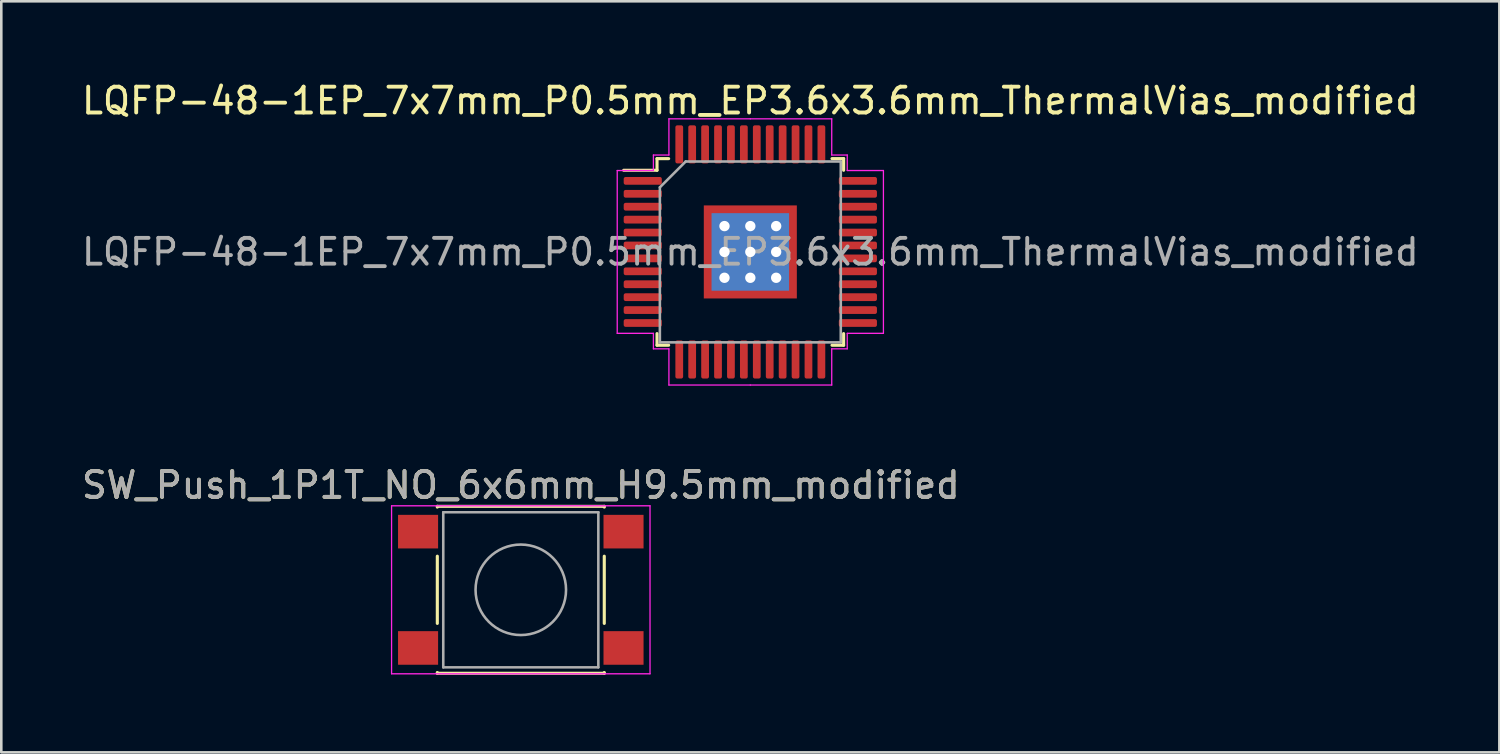
<source format=kicad_pcb>
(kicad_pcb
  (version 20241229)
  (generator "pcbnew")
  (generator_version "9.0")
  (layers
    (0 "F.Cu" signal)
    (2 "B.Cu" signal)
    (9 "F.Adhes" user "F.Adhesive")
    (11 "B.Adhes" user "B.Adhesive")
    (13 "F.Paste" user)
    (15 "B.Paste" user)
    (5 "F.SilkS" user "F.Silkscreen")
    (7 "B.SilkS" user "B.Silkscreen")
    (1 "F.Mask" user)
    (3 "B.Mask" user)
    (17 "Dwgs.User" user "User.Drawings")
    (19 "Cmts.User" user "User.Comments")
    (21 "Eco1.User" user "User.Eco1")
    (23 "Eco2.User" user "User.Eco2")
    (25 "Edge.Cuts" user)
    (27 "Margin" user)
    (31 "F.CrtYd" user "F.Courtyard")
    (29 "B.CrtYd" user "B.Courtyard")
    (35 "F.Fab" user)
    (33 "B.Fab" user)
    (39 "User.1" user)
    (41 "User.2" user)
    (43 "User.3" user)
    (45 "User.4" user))
  (footprint "SW_Push_1P1T_NO_6x6mm_H9.5mm_modified"
    (layer "F.Cu")
    (at 17.101 19.771)
    (property "Reference" "SW_Push_1P1T_NO_6x6mm_H9.5mm_modified" (at 0 -4.05 0) (layer "F.SilkS") (effects (font (size 1 1) (thickness 0.15))))
    (attr smd)
    (fp_line (start -3.23 -3.23) (end 3.23 -3.23) (stroke (width 0.12) (type solid)) (layer "F.SilkS"))
    (fp_line (start -3.23 -3.2) (end -3.23 -3.23) (stroke (width 0.12) (type solid)) (layer "F.SilkS"))
    (fp_line (start -3.23 -1.3) (end -3.23 1.3) (stroke (width 0.12) (type solid)) (layer "F.SilkS"))
    (fp_line (start -3.23 3.23) (end -3.23 3.2) (stroke (width 0.12) (type solid)) (layer "F.SilkS"))
    (fp_line (start -3.23 3.23) (end 3.23 3.23) (stroke (width 0.12) (type solid)) (layer "F.SilkS"))
    (fp_line (start 3.23 -3.23) (end 3.23 -3.2) (stroke (width 0.12) (type solid)) (layer "F.SilkS"))
    (fp_line (start 3.23 -1.3) (end 3.23 1.3) (stroke (width 0.12) (type solid)) (layer "F.SilkS"))
    (fp_line (start 3.23 3.23) (end 3.23 3.2) (stroke (width 0.12) (type solid)) (layer "F.SilkS"))
    (fp_line (start -5 -3.25) (end -5 3.25) (stroke (width 0.05) (type solid)) (layer "F.CrtYd"))
    (fp_line (start -5 -3.25) (end 5 -3.25) (stroke (width 0.05) (type solid)) (layer "F.CrtYd"))
    (fp_line (start -5 3.25) (end 5 3.25) (stroke (width 0.05) (type solid)) (layer "F.CrtYd"))
    (fp_line (start 5 3.25) (end 5 -3.25) (stroke (width 0.05) (type solid)) (layer "F.CrtYd"))
    (fp_line (start -3 -3) (end -3 3) (stroke (width 0.1) (type solid)) (layer "F.Fab"))
    (fp_line (start -3 3) (end 3 3) (stroke (width 0.1) (type solid)) (layer "F.Fab"))
    (fp_line (start 3 -3) (end -3 -3) (stroke (width 0.1) (type solid)) (layer "F.Fab"))
    (fp_line (start 3 3) (end 3 -3) (stroke (width 0.1) (type solid)) (layer "F.Fab"))
    (fp_circle (center 0 0) (end 1.75 -0.05) (stroke (width 0.1) (type solid)) (fill no) (layer "F.Fab"))
    (fp_text user "${REFERENCE}" (at 0 -4.05 0) (layer "F.Fab") (effects (font (size 1 1) (thickness 0.15))))
    (pad "1" smd rect (at -3.975 -2.25) (size 1.55 1.3) (layers "F.Cu" "F.Mask" "F.Paste"))
    (pad "2" smd rect (at 3.975 -2.25) (size 1.55 1.3) (layers "F.Cu" "F.Mask" "F.Paste"))
    (pad "3" smd rect (at -3.975 2.25) (size 1.55 1.3) (layers "F.Cu" "F.Mask" "F.Paste"))
    (pad "4" smd rect (at 3.975 2.25) (size 1.55 1.3) (layers "F.Cu" "F.Mask" "F.Paste")))
  (footprint "LQFP-48-1EP_7x7mm_P0.5mm_EP3.6x3.6mm_ThermalVias_modified"
    (layer "F.Cu")
    (at 25.982 6.698)
    (property "Reference" "LQFP-48-1EP_7x7mm_P0.5mm_EP3.6x3.6mm_ThermalVias_modified" (at 0 -5.85 0) (layer "F.SilkS") (effects (font (size 1 1) (thickness 0.15))))
    (attr smd)
    (fp_line (start -3.61 -3.61) (end -3.61 -3.16) (stroke (width 0.12) (type solid)) (layer "F.SilkS"))
    (fp_line (start -3.61 -3.16) (end -4.9 -3.16) (stroke (width 0.12) (type solid)) (layer "F.SilkS"))
    (fp_line (start -3.61 3.61) (end -3.61 3.16) (stroke (width 0.12) (type solid)) (layer "F.SilkS"))
    (fp_line (start -3.16 -3.61) (end -3.61 -3.61) (stroke (width 0.12) (type solid)) (layer "F.SilkS"))
    (fp_line (start -3.16 3.61) (end -3.61 3.61) (stroke (width 0.12) (type solid)) (layer "F.SilkS"))
    (fp_line (start 3.16 -3.61) (end 3.61 -3.61) (stroke (width 0.12) (type solid)) (layer "F.SilkS"))
    (fp_line (start 3.16 3.61) (end 3.61 3.61) (stroke (width 0.12) (type solid)) (layer "F.SilkS"))
    (fp_line (start 3.61 -3.61) (end 3.61 -3.16) (stroke (width 0.12) (type solid)) (layer "F.SilkS"))
    (fp_line (start 3.61 3.61) (end 3.61 3.16) (stroke (width 0.12) (type solid)) (layer "F.SilkS"))
    (fp_line (start -5.15 -3.15) (end -5.15 0) (stroke (width 0.05) (type solid)) (layer "F.CrtYd"))
    (fp_line (start -5.15 3.15) (end -5.15 0) (stroke (width 0.05) (type solid)) (layer "F.CrtYd"))
    (fp_line (start -3.75 -3.75) (end -3.75 -3.15) (stroke (width 0.05) (type solid)) (layer "F.CrtYd"))
    (fp_line (start -3.75 -3.15) (end -5.15 -3.15) (stroke (width 0.05) (type solid)) (layer "F.CrtYd"))
    (fp_line (start -3.75 3.15) (end -5.15 3.15) (stroke (width 0.05) (type solid)) (layer "F.CrtYd"))
    (fp_line (start -3.75 3.75) (end -3.75 3.15) (stroke (width 0.05) (type solid)) (layer "F.CrtYd"))
    (fp_line (start -3.15 -5.15) (end -3.15 -3.75) (stroke (width 0.05) (type solid)) (layer "F.CrtYd"))
    (fp_line (start -3.15 -3.75) (end -3.75 -3.75) (stroke (width 0.05) (type solid)) (layer "F.CrtYd"))
    (fp_line (start -3.15 3.75) (end -3.75 3.75) (stroke (width 0.05) (type solid)) (layer "F.CrtYd"))
    (fp_line (start -3.15 5.15) (end -3.15 3.75) (stroke (width 0.05) (type solid)) (layer "F.CrtYd"))
    (fp_line (start 0 -5.15) (end -3.15 -5.15) (stroke (width 0.05) (type solid)) (layer "F.CrtYd"))
    (fp_line (start 0 -5.15) (end 3.15 -5.15) (stroke (width 0.05) (type solid)) (layer "F.CrtYd"))
    (fp_line (start 0 5.15) (end -3.15 5.15) (stroke (width 0.05) (type solid)) (layer "F.CrtYd"))
    (fp_line (start 0 5.15) (end 3.15 5.15) (stroke (width 0.05) (type solid)) (layer "F.CrtYd"))
    (fp_line (start 3.15 -5.15) (end 3.15 -3.75) (stroke (width 0.05) (type solid)) (layer "F.CrtYd"))
    (fp_line (start 3.15 -3.75) (end 3.75 -3.75) (stroke (width 0.05) (type solid)) (layer "F.CrtYd"))
    (fp_line (start 3.15 3.75) (end 3.75 3.75) (stroke (width 0.05) (type solid)) (layer "F.CrtYd"))
    (fp_line (start 3.15 5.15) (end 3.15 3.75) (stroke (width 0.05) (type solid)) (layer "F.CrtYd"))
    (fp_line (start 3.75 -3.75) (end 3.75 -3.15) (stroke (width 0.05) (type solid)) (layer "F.CrtYd"))
    (fp_line (start 3.75 -3.15) (end 5.15 -3.15) (stroke (width 0.05) (type solid)) (layer "F.CrtYd"))
    (fp_line (start 3.75 3.15) (end 5.15 3.15) (stroke (width 0.05) (type solid)) (layer "F.CrtYd"))
    (fp_line (start 3.75 3.75) (end 3.75 3.15) (stroke (width 0.05) (type solid)) (layer "F.CrtYd"))
    (fp_line (start 5.15 -3.15) (end 5.15 0) (stroke (width 0.05) (type solid)) (layer "F.CrtYd"))
    (fp_line (start 5.15 3.15) (end 5.15 0) (stroke (width 0.05) (type solid)) (layer "F.CrtYd"))
    (fp_line (start -3.5 -2.5) (end -2.5 -3.5) (stroke (width 0.1) (type solid)) (layer "F.Fab"))
    (fp_line (start -3.5 3.5) (end -3.5 -2.5) (stroke (width 0.1) (type solid)) (layer "F.Fab"))
    (fp_line (start -2.5 -3.5) (end 3.5 -3.5) (stroke (width 0.1) (type solid)) (layer "F.Fab"))
    (fp_line (start 3.5 -3.5) (end 3.5 3.5) (stroke (width 0.1) (type solid)) (layer "F.Fab"))
    (fp_line (start 3.5 3.5) (end -3.5 3.5) (stroke (width 0.1) (type solid)) (layer "F.Fab"))
    (fp_text user "${REFERENCE}" (at 0 0 0) (layer "F.Fab") (effects (font (size 1 1) (thickness 0.15))))
    (pad "" smd custom (at -1.4 -1.4) (size 0.555 0.555) (layers "F.Paste") (options (anchor circle)) (primitives (gr_poly (pts (xy 0.232 0.157) (xy 0.157 0.232) (xy -0.232 0.232) (xy -0.232 -0.232) (xy 0.232 -0.232)) (width 0.181) (fill yes))))
    (pad "" smd custom (at -1.4 -0.5) (size 0.568 0.568) (layers "F.Paste") (options (anchor circle)) (primitives (gr_poly (pts (xy 0.246 -0.263) (xy 0.246 0.263) (xy 0.182 0.326) (xy -0.246 0.326) (xy -0.246 -0.326) (xy 0.182 -0.326)) (width 0.153) (fill yes))))
    (pad "" smd custom (at -1.4 0.5) (size 0.568 0.568) (layers "F.Paste") (options (anchor circle)) (primitives (gr_poly (pts (xy 0.246 -0.263) (xy 0.246 0.263) (xy 0.182 0.326) (xy -0.246 0.326) (xy -0.246 -0.326) (xy 0.182 -0.326)) (width 0.153) (fill yes))))
    (pad "" smd custom (at -1.4 1.4) (size 0.555 0.555) (layers "F.Paste") (options (anchor circle)) (primitives (gr_poly (pts (xy 0.232 -0.157) (xy 0.232 0.232) (xy -0.232 0.232) (xy -0.232 -0.232) (xy 0.157 -0.232)) (width 0.181) (fill yes))))
    (pad "" smd custom (at -0.5 -1.4) (size 0.568 0.568) (layers "F.Paste") (options (anchor circle)) (primitives (gr_poly (pts (xy 0.326 0.182) (xy 0.263 0.246) (xy -0.263 0.246) (xy -0.326 0.182) (xy -0.326 -0.246) (xy 0.326 -0.246)) (width 0.153) (fill yes))))
    (pad "" smd roundrect (at -0.5 -0.5) (size 0.806 0.806) (layers "F.Paste") (roundrect_rratio 0.25))
    (pad "" smd roundrect (at -0.5 0.5) (size 0.806 0.806) (layers "F.Paste") (roundrect_rratio 0.25))
    (pad "" smd custom (at -0.5 1.4) (size 0.568 0.568) (layers "F.Paste") (options (anchor circle)) (primitives (gr_poly (pts (xy 0.326 -0.182) (xy 0.326 0.246) (xy -0.326 0.246) (xy -0.326 -0.182) (xy -0.263 -0.246) (xy 0.263 -0.246)) (width 0.153) (fill yes))))
    (pad "" smd custom (at 0.5 -1.4) (size 0.568 0.568) (layers "F.Paste") (options (anchor circle)) (primitives (gr_poly (pts (xy 0.326 0.182) (xy 0.263 0.246) (xy -0.263 0.246) (xy -0.326 0.182) (xy -0.326 -0.246) (xy 0.326 -0.246)) (width 0.153) (fill yes))))
    (pad "" smd roundrect (at 0.5 -0.5) (size 0.806 0.806) (layers "F.Paste") (roundrect_rratio 0.25))
    (pad "" smd roundrect (at 0.5 0.5) (size 0.806 0.806) (layers "F.Paste") (roundrect_rratio 0.25))
    (pad "" smd custom (at 0.5 1.4) (size 0.568 0.568) (layers "F.Paste") (options (anchor circle)) (primitives (gr_poly (pts (xy 0.326 -0.182) (xy 0.326 0.246) (xy -0.326 0.246) (xy -0.326 -0.182) (xy -0.263 -0.246) (xy 0.263 -0.246)) (width 0.153) (fill yes))))
    (pad "" smd custom (at 1.4 -1.4) (size 0.555 0.555) (layers "F.Paste") (options (anchor circle)) (primitives (gr_poly (pts (xy 0.232 0.232) (xy -0.157 0.232) (xy -0.232 0.157) (xy -0.232 -0.232) (xy 0.232 -0.232)) (width 0.181) (fill yes))))
    (pad "" smd custom (at 1.4 -0.5) (size 0.568 0.568) (layers "F.Paste") (options (anchor circle)) (primitives (gr_poly (pts (xy 0.246 0.326) (xy -0.182 0.326) (xy -0.246 0.263) (xy -0.246 -0.263) (xy -0.182 -0.326) (xy 0.246 -0.326)) (width 0.153) (fill yes))))
    (pad "" smd custom (at 1.4 0.5) (size 0.568 0.568) (layers "F.Paste") (options (anchor circle)) (primitives (gr_poly (pts (xy 0.246 0.326) (xy -0.182 0.326) (xy -0.246 0.263) (xy -0.246 -0.263) (xy -0.182 -0.326) (xy 0.246 -0.326)) (width 0.153) (fill yes))))
    (pad "" smd custom (at 1.4 1.4) (size 0.555 0.555) (layers "F.Paste") (options (anchor circle)) (primitives (gr_poly (pts (xy 0.232 0.232) (xy -0.232 0.232) (xy -0.232 -0.157) (xy -0.157 -0.232) (xy 0.232 -0.232)) (width 0.181) (fill yes))))
    (pad "1" smd roundrect (at -4.162 -2.75) (size 1.475 0.3) (layers "F.Cu" "F.Mask" "F.Paste") (roundrect_rratio 0.25))
    (pad "2" smd roundrect (at -4.162 -2.25) (size 1.475 0.3) (layers "F.Cu" "F.Mask" "F.Paste") (roundrect_rratio 0.25))
    (pad "3" smd roundrect (at -4.162 -1.75) (size 1.475 0.3) (layers "F.Cu" "F.Mask" "F.Paste") (roundrect_rratio 0.25))
    (pad "4" smd roundrect (at -4.162 -1.25) (size 1.475 0.3) (layers "F.Cu" "F.Mask" "F.Paste") (roundrect_rratio 0.25))
    (pad "5" smd roundrect (at -4.162 -0.75) (size 1.475 0.3) (layers "F.Cu" "F.Mask" "F.Paste") (roundrect_rratio 0.25))
    (pad "6" smd roundrect (at -4.162 -0.25) (size 1.475 0.3) (layers "F.Cu" "F.Mask" "F.Paste") (roundrect_rratio 0.25))
    (pad "7" smd roundrect (at -4.162 0.25) (size 1.475 0.3) (layers "F.Cu" "F.Mask" "F.Paste") (roundrect_rratio 0.25))
    (pad "8" smd roundrect (at -4.162 0.75) (size 1.475 0.3) (layers "F.Cu" "F.Mask" "F.Paste") (roundrect_rratio 0.25))
    (pad "9" smd roundrect (at -4.162 1.25) (size 1.475 0.3) (layers "F.Cu" "F.Mask" "F.Paste") (roundrect_rratio 0.25))
    (pad "10" smd roundrect (at -4.162 1.75) (size 1.475 0.3) (layers "F.Cu" "F.Mask" "F.Paste") (roundrect_rratio 0.25))
    (pad "11" smd roundrect (at -4.162 2.25) (size 1.475 0.3) (layers "F.Cu" "F.Mask" "F.Paste") (roundrect_rratio 0.25))
    (pad "12" smd roundrect (at -4.162 2.75) (size 1.475 0.3) (layers "F.Cu" "F.Mask" "F.Paste") (roundrect_rratio 0.25))
    (pad "13" smd roundrect (at -2.75 4.162) (size 0.3 1.475) (layers "F.Cu" "F.Mask" "F.Paste") (roundrect_rratio 0.25))
    (pad "14" smd roundrect (at -2.25 4.162) (size 0.3 1.475) (layers "F.Cu" "F.Mask" "F.Paste") (roundrect_rratio 0.25))
    (pad "15" smd roundrect (at -1.75 4.162) (size 0.3 1.475) (layers "F.Cu" "F.Mask" "F.Paste") (roundrect_rratio 0.25))
    (pad "16" smd roundrect (at -1.25 4.162) (size 0.3 1.475) (layers "F.Cu" "F.Mask" "F.Paste") (roundrect_rratio 0.25))
    (pad "17" smd roundrect (at -0.75 4.162) (size 0.3 1.475) (layers "F.Cu" "F.Mask" "F.Paste") (roundrect_rratio 0.25))
    (pad "18" smd roundrect (at -0.25 4.162) (size 0.3 1.475) (layers "F.Cu" "F.Mask" "F.Paste") (roundrect_rratio 0.25))
    (pad "19" smd roundrect (at 0.25 4.162) (size 0.3 1.475) (layers "F.Cu" "F.Mask" "F.Paste") (roundrect_rratio 0.25))
    (pad "20" smd roundrect (at 0.75 4.162) (size 0.3 1.475) (layers "F.Cu" "F.Mask" "F.Paste") (roundrect_rratio 0.25))
    (pad "21" smd roundrect (at 1.25 4.162) (size 0.3 1.475) (layers "F.Cu" "F.Mask" "F.Paste") (roundrect_rratio 0.25))
    (pad "22" smd roundrect (at 1.75 4.162) (size 0.3 1.475) (layers "F.Cu" "F.Mask" "F.Paste") (roundrect_rratio 0.25))
    (pad "23" smd roundrect (at 2.25 4.162) (size 0.3 1.475) (layers "F.Cu" "F.Mask" "F.Paste") (roundrect_rratio 0.25))
    (pad "24" smd roundrect (at 2.75 4.162) (size 0.3 1.475) (layers "F.Cu" "F.Mask" "F.Paste") (roundrect_rratio 0.25))
    (pad "25" smd roundrect (at 4.162 2.75) (size 1.475 0.3) (layers "F.Cu" "F.Mask" "F.Paste") (roundrect_rratio 0.25))
    (pad "26" smd roundrect (at 4.162 2.25) (size 1.475 0.3) (layers "F.Cu" "F.Mask" "F.Paste") (roundrect_rratio 0.25))
    (pad "27" smd roundrect (at 4.162 1.75) (size 1.475 0.3) (layers "F.Cu" "F.Mask" "F.Paste") (roundrect_rratio 0.25))
    (pad "28" smd roundrect (at 4.162 1.25) (size 1.475 0.3) (layers "F.Cu" "F.Mask" "F.Paste") (roundrect_rratio 0.25))
    (pad "29" smd roundrect (at 4.162 0.75) (size 1.475 0.3) (layers "F.Cu" "F.Mask" "F.Paste") (roundrect_rratio 0.25))
    (pad "30" smd roundrect (at 4.162 0.25) (size 1.475 0.3) (layers "F.Cu" "F.Mask" "F.Paste") (roundrect_rratio 0.25))
    (pad "31" smd roundrect (at 4.162 -0.25) (size 1.475 0.3) (layers "F.Cu" "F.Mask" "F.Paste") (roundrect_rratio 0.25))
    (pad "32" smd roundrect (at 4.162 -0.75) (size 1.475 0.3) (layers "F.Cu" "F.Mask" "F.Paste") (roundrect_rratio 0.25))
    (pad "33" smd roundrect (at 4.162 -1.25) (size 1.475 0.3) (layers "F.Cu" "F.Mask" "F.Paste") (roundrect_rratio 0.25))
    (pad "34" smd roundrect (at 4.162 -1.75) (size 1.475 0.3) (layers "F.Cu" "F.Mask" "F.Paste") (roundrect_rratio 0.25))
    (pad "35" smd roundrect (at 4.162 -2.25) (size 1.475 0.3) (layers "F.Cu" "F.Mask" "F.Paste") (roundrect_rratio 0.25))
    (pad "36" smd roundrect (at 4.162 -2.75) (size 1.475 0.3) (layers "F.Cu" "F.Mask" "F.Paste") (roundrect_rratio 0.25))
    (pad "37" smd roundrect (at 2.75 -4.162) (size 0.3 1.475) (layers "F.Cu" "F.Mask" "F.Paste") (roundrect_rratio 0.25))
    (pad "38" smd roundrect (at 2.25 -4.162) (size 0.3 1.475) (layers "F.Cu" "F.Mask" "F.Paste") (roundrect_rratio 0.25))
    (pad "39" smd roundrect (at 1.75 -4.162) (size 0.3 1.475) (layers "F.Cu" "F.Mask" "F.Paste") (roundrect_rratio 0.25))
    (pad "40" smd roundrect (at 1.25 -4.162) (size 0.3 1.475) (layers "F.Cu" "F.Mask" "F.Paste") (roundrect_rratio 0.25))
    (pad "41" smd roundrect (at 0.75 -4.162) (size 0.3 1.475) (layers "F.Cu" "F.Mask" "F.Paste") (roundrect_rratio 0.25))
    (pad "42" smd roundrect (at 0.25 -4.162) (size 0.3 1.475) (layers "F.Cu" "F.Mask" "F.Paste") (roundrect_rratio 0.25))
    (pad "43" smd roundrect (at -0.25 -4.162) (size 0.3 1.475) (layers "F.Cu" "F.Mask" "F.Paste") (roundrect_rratio 0.25))
    (pad "44" smd roundrect (at -0.75 -4.162) (size 0.3 1.475) (layers "F.Cu" "F.Mask" "F.Paste") (roundrect_rratio 0.25))
    (pad "45" smd roundrect (at -1.25 -4.162) (size 0.3 1.475) (layers "F.Cu" "F.Mask" "F.Paste") (roundrect_rratio 0.25))
    (pad "46" smd roundrect (at -1.75 -4.162) (size 0.3 1.475) (layers "F.Cu" "F.Mask" "F.Paste") (roundrect_rratio 0.25))
    (pad "47" smd roundrect (at -2.25 -4.162) (size 0.3 1.475) (layers "F.Cu" "F.Mask" "F.Paste") (roundrect_rratio 0.25))
    (pad "48" smd roundrect (at -2.75 -4.162) (size 0.3 1.475) (layers "F.Cu" "F.Mask" "F.Paste") (roundrect_rratio 0.25))
    (pad "49" thru_hole circle (at -1 -1) (size 0.7 0.7) (drill 0.4) (layers "*.Cu"))
    (pad "49" thru_hole circle (at -1 0) (size 0.7 0.7) (drill 0.4) (layers "*.Cu"))
    (pad "49" thru_hole circle (at -1 1) (size 0.7 0.7) (drill 0.4) (layers "*.Cu"))
    (pad "49" thru_hole circle (at 0 -1) (size 0.7 0.7) (drill 0.4) (layers "*.Cu"))
    (pad "49" thru_hole circle (at 0 0) (size 0.7 0.7) (drill 0.4) (layers "*.Cu"))
    (pad "49" smd rect (at 0 0) (size 3 3) (layers "B.Cu"))
    (pad "49" smd rect (at 0 0) (size 3.6 3.6) (layers "F.Cu" "F.Mask"))
    (pad "49" thru_hole circle (at 0 1) (size 0.7 0.7) (drill 0.4) (layers "*.Cu"))
    (pad "49" thru_hole circle (at 1 -1) (size 0.7 0.7) (drill 0.4) (layers "*.Cu"))
    (pad "49" thru_hole circle (at 1 0) (size 0.7 0.7) (drill 0.4) (layers "*.Cu"))
    (pad "49" thru_hole circle (at 1 1) (size 0.7 0.7) (drill 0.4) (layers "*.Cu")))
  (gr_rect
    (start -3 -3)
    (end 54.964 26.061)
    (stroke (width 0.1) (type default))
    (fill no)
    (layer "Edge.Cuts")))
</source>
